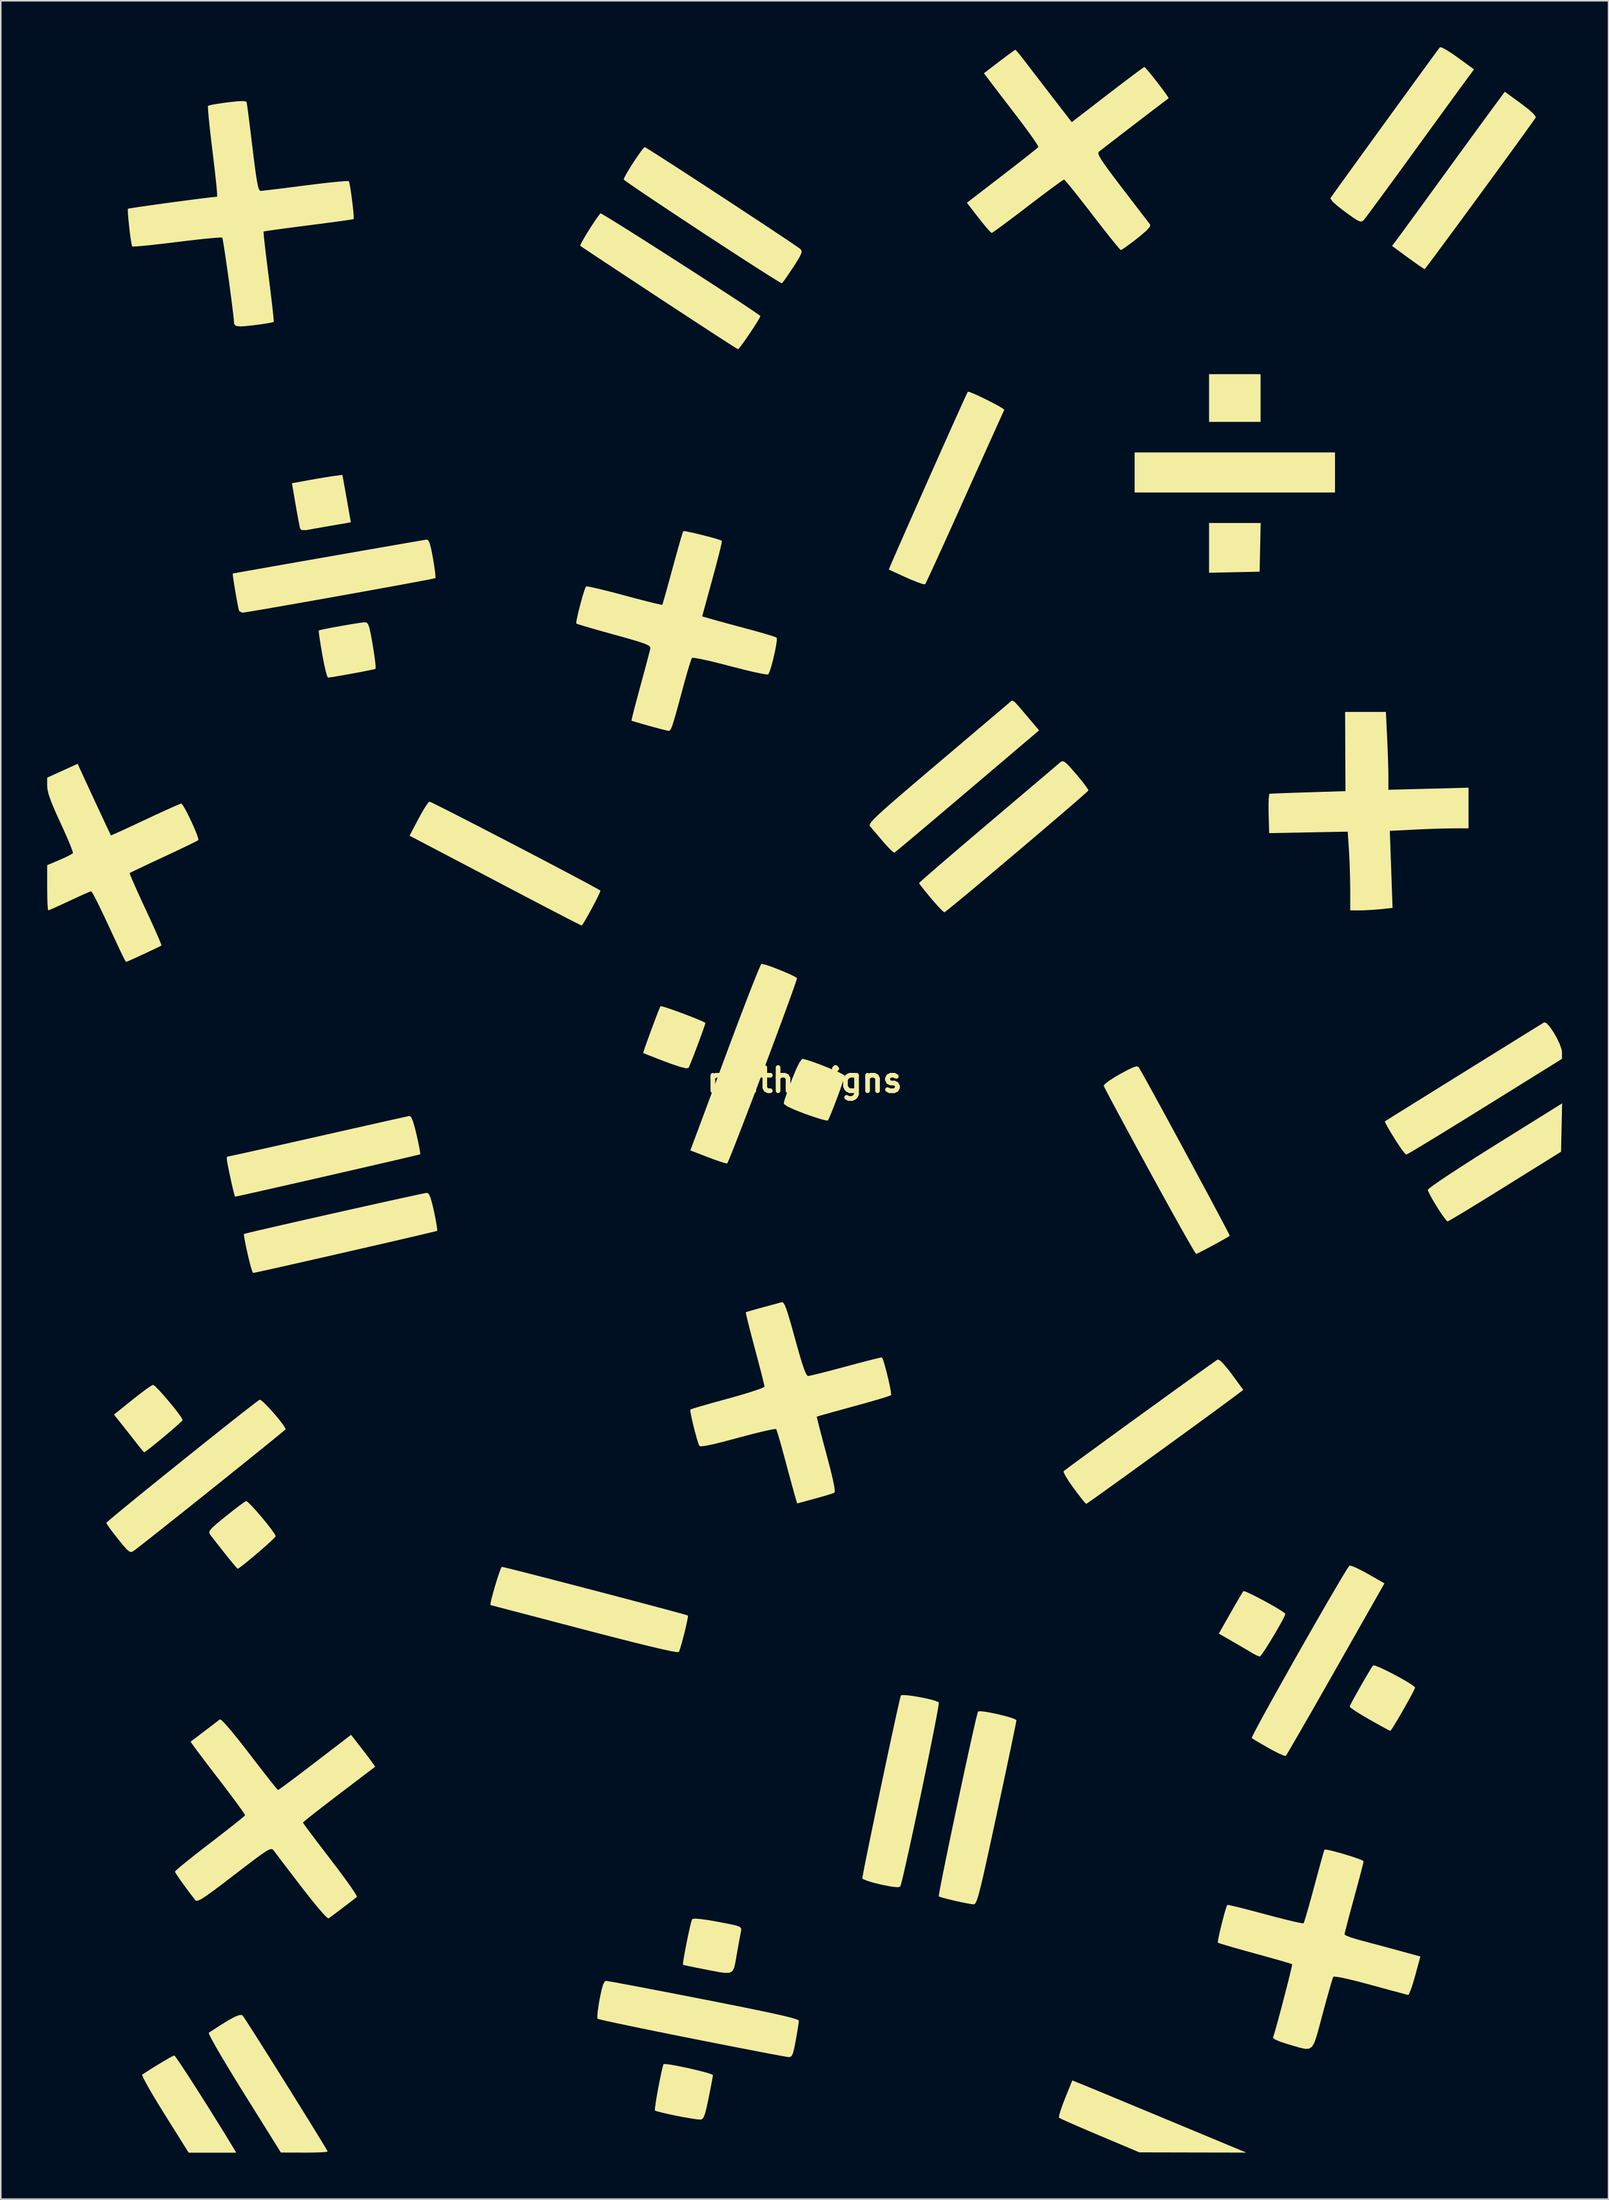
<source format=kicad_pcb>
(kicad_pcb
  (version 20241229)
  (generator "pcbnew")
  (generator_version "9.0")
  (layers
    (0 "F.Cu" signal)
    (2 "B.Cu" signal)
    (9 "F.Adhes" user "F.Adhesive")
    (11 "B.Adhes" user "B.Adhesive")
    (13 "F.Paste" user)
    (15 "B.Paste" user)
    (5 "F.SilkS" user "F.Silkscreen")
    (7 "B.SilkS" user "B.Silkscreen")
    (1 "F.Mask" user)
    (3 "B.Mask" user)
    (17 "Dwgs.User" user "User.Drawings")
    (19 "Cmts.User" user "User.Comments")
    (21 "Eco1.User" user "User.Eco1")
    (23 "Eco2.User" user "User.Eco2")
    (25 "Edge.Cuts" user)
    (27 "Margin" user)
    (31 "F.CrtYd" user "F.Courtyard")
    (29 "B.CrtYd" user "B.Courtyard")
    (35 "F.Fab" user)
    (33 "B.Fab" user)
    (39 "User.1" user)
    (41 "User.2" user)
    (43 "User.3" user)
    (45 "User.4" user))
  (footprint "math_signs"
    (layer "F.Cu")
    (at 48.95 66.748)
    (property "Reference" "math_signs" (at 0 0 0) (layer "F.SilkS") (effects (font (size 1.5 1.5) (thickness 0.3))))
    (attr board_only exclude_from_pos_files exclude_from_bom)
    (fp_poly (pts (xy 29.442 -34.432) (xy 29.407 -32.86) (xy 27.774 -32.825) (xy 26.14 -32.791) (xy 26.14 -34.397) (xy 26.14 -36.004) (xy 27.808 -36.004) (xy 29.476 -36.004)) (stroke (width 0) (type solid)) (fill yes) (layer "F.SilkS"))
    (fp_poly (pts (xy 29.469 -44.08) (xy 29.469 -42.539) (xy 27.804 -42.539) (xy 26.14 -42.539) (xy 26.14 -44.08) (xy 26.14 -45.621) (xy 27.804 -45.621) (xy 29.469 -45.621)) (stroke (width 0) (type solid)) (fill yes) (layer "F.SilkS"))
    (fp_poly (pts (xy 34.278 -39.271) (xy 34.278 -37.977) (xy 27.804 -37.977) (xy 21.331 -37.977) (xy 21.331 -39.271) (xy 21.331 -40.566) (xy 27.804 -40.566) (xy 34.278 -40.566)) (stroke (width 0) (type solid)) (fill yes) (layer "F.SilkS"))
    (fp_poly (pts (xy -29.663 -37.961) (xy -29.565 -37.408) (xy -29.476 -36.906) (xy -29.41 -36.533) (xy -29.392 -36.428) (xy -29.327 -36.05) (xy -30.6 -35.83) (xy -31.17 -35.731) (xy -31.681 -35.641) (xy -32.064 -35.572) (xy -32.21 -35.545) (xy -32.505 -35.549) (xy -32.603 -35.65) (xy -32.646 -35.834) (xy -32.718 -36.205) (xy -32.81 -36.707) (xy -32.896 -37.197) (xy -33.132 -38.574) (xy -32.071 -38.768) (xy -31.502 -38.869) (xy -30.948 -38.961) (xy -30.512 -39.029) (xy -30.44 -39.039) (xy -29.87 -39.116)) (stroke (width 0) (type solid)) (fill yes) (layer "F.SilkS"))
    (fp_poly (pts (xy 17.805 64.828) (xy 18.023 64.917) (xy 18.442 65.09) (xy 19.038 65.336) (xy 19.784 65.645) (xy 20.654 66.006) (xy 21.622 66.409) (xy 22.664 66.842) (xy 23.427 67.159) (xy 28.544 69.289) (xy 25.092 69.282) (xy 21.639 69.274) (xy 19.081 68.196) (xy 18.34 67.881) (xy 17.675 67.596) (xy 17.122 67.354) (xy 16.712 67.17) (xy 16.48 67.059) (xy 16.441 67.036) (xy 16.451 66.895) (xy 16.54 66.578) (xy 16.694 66.139) (xy 16.83 65.791) (xy 17.3 64.627)) (stroke (width 0) (type solid)) (fill yes) (layer "F.SilkS"))
    (fp_poly (pts (xy -40.647 63.114) (xy -40.447 63.398) (xy -40.155 63.836) (xy -39.786 64.401) (xy -39.358 65.066) (xy -38.89 65.801) (xy -38.4 66.58) (xy -37.904 67.375) (xy -37.421 68.157) (xy -37.014 68.825) (xy -36.73 69.295) (xy -38.268 69.295) (xy -39.807 69.295) (xy -41.364 66.81) (xy -41.796 66.111) (xy -42.173 65.482) (xy -42.477 64.953) (xy -42.694 64.552) (xy -42.805 64.31) (xy -42.813 64.251) (xy -42.384 63.973) (xy -41.92 63.683) (xy -41.472 63.412) (xy -41.09 63.19) (xy -40.826 63.048) (xy -40.734 63.012)) (stroke (width 0) (type solid)) (fill yes) (layer "F.SilkS"))
    (fp_poly (pts (xy 48.923 3.056) (xy 48.889 4.618) (xy 45.27 6.871) (xy 44.419 7.4) (xy 43.633 7.884) (xy 42.938 8.309) (xy 42.358 8.661) (xy 41.917 8.923) (xy 41.64 9.082) (xy 41.553 9.124) (xy 41.449 9.026) (xy 41.252 8.765) (xy 40.997 8.387) (xy 40.872 8.189) (xy 40.609 7.752) (xy 40.404 7.382) (xy 40.288 7.137) (xy 40.273 7.085) (xy 40.371 6.984) (xy 40.661 6.767) (xy 41.121 6.448) (xy 41.732 6.04) (xy 42.476 5.556) (xy 43.331 5.008) (xy 44.278 4.411) (xy 44.608 4.205) (xy 48.958 1.494)) (stroke (width 0) (type solid)) (fill yes) (layer "F.SilkS"))
    (fp_poly (pts (xy -41.982 19.766) (xy -41.746 20.001) (xy -41.439 20.339) (xy -41.1 20.734) (xy -40.766 21.139) (xy -40.479 21.509) (xy -40.276 21.796) (xy -40.196 21.955) (xy -40.196 21.957) (xy -40.285 22.059) (xy -40.523 22.279) (xy -40.867 22.579) (xy -41.271 22.924) (xy -41.694 23.276) (xy -42.09 23.598) (xy -42.416 23.855) (xy -42.629 24.01) (xy -42.685 24.038) (xy -42.775 23.946) (xy -42.968 23.713) (xy -43.173 23.453) (xy -43.51 23.02) (xy -43.897 22.53) (xy -44.128 22.238) (xy -44.635 21.604) (xy -43.448 20.65) (xy -42.98 20.282) (xy -42.573 19.978) (xy -42.269 19.767) (xy -42.11 19.681) (xy -42.107 19.681)) (stroke (width 0) (type solid)) (fill yes) (layer "F.SilkS"))
    (fp_poly (pts (xy 28.483 33.036) (xy 28.77 33.161) (xy 29.167 33.357) (xy 29.625 33.597) (xy 30.092 33.853) (xy 30.518 34.098) (xy 30.852 34.304) (xy 31.045 34.444) (xy 31.072 34.481) (xy 31.012 34.64) (xy 30.853 34.951) (xy 30.623 35.362) (xy 30.353 35.825) (xy 30.071 36.291) (xy 29.808 36.711) (xy 29.592 37.035) (xy 29.452 37.214) (xy 29.423 37.235) (xy 29.231 37.173) (xy 28.948 37.024) (xy 28.914 37.004) (xy 28.629 36.832) (xy 28.211 36.586) (xy 27.743 36.314) (xy 27.658 36.265) (xy 26.772 35.755) (xy 27.523 34.431) (xy 27.818 33.914) (xy 28.073 33.476) (xy 28.261 33.16) (xy 28.357 33.011) (xy 28.358 33.009)) (stroke (width 0) (type solid)) (fill yes) (layer "F.SilkS"))
    (fp_poly (pts (xy 0.194 -1.299) (xy 0.618 -1.156) (xy 1.102 -0.976) (xy 1.594 -0.78) (xy 2.039 -0.591) (xy 2.383 -0.43) (xy 2.57 -0.32) (xy 2.589 -0.294) (xy 2.547 -0.123) (xy 2.436 0.217) (xy 2.277 0.667) (xy 2.091 1.172) (xy 1.899 1.675) (xy 1.723 2.119) (xy 1.584 2.447) (xy 1.504 2.601) (xy 1.501 2.604) (xy 1.36 2.593) (xy 1.036 2.509) (xy 0.578 2.364) (xy 0.034 2.173) (xy 0.031 2.172) (xy -0.649 1.909) (xy -1.096 1.701) (xy -1.319 1.544) (xy -1.348 1.48) (xy -1.302 1.296) (xy -1.183 0.937) (xy -1.009 0.455) (xy -0.813 -0.062) (xy -0.542 -0.723) (xy -0.331 -1.153) (xy -0.176 -1.361) (xy -0.113 -1.383)) (stroke (width 0) (type solid)) (fill yes) (layer "F.SilkS"))
    (fp_poly (pts (xy -8.634 63.612) (xy -8.184 63.694) (xy -7.664 63.801) (xy -7.13 63.922) (xy -6.635 64.044) (xy -6.234 64.154) (xy -5.983 64.242) (xy -5.924 64.284) (xy -5.95 64.456) (xy -6.016 64.814) (xy -6.111 65.303) (xy -6.207 65.781) (xy -6.335 66.382) (xy -6.438 66.78) (xy -6.53 67.015) (xy -6.628 67.127) (xy -6.725 67.157) (xy -6.941 67.141) (xy -7.337 67.083) (xy -7.851 66.994) (xy -8.284 66.91) (xy -8.825 66.796) (xy -9.272 66.692) (xy -9.572 66.611) (xy -9.672 66.572) (xy -9.672 66.436) (xy -9.63 66.117) (xy -9.558 65.672) (xy -9.467 65.161) (xy -9.366 64.639) (xy -9.268 64.166) (xy -9.183 63.798) (xy -9.122 63.595) (xy -9.109 63.574) (xy -8.961 63.568)) (stroke (width 0) (type solid)) (fill yes) (layer "F.SilkS"))
    (fp_poly (pts (xy -36.321 60.433) (xy -36.222 60.573) (xy -36.012 60.893) (xy -35.709 61.364) (xy -35.329 61.961) (xy -34.889 62.657) (xy -34.406 63.425) (xy -33.895 64.238) (xy -33.374 65.07) (xy -32.86 65.894) (xy -32.369 66.684) (xy -31.917 67.412) (xy -31.522 68.053) (xy -31.2 68.579) (xy -30.968 68.964) (xy -30.843 69.182) (xy -30.825 69.22) (xy -30.941 69.248) (xy -31.256 69.271) (xy -31.723 69.286) (xy -32.295 69.291) (xy -32.336 69.29) (xy -33.846 69.286) (xy -36.238 65.456) (xy -36.789 64.566) (xy -37.286 63.749) (xy -37.717 63.027) (xy -38.067 62.423) (xy -38.325 61.959) (xy -38.476 61.659) (xy -38.508 61.546) (xy -37.775 61.068) (xy -37.217 60.726) (xy -36.812 60.509) (xy -36.537 60.404) (xy -36.371 60.4)) (stroke (width 0) (type solid)) (fill yes) (layer "F.SilkS"))
    (fp_poly (pts (xy -35.978 27.262) (xy -35.748 27.486) (xy -35.446 27.816) (xy -35.108 28.207) (xy -34.774 28.613) (xy -34.482 28.989) (xy -34.27 29.29) (xy -34.179 29.456) (xy -34.258 29.559) (xy -34.485 29.78) (xy -34.818 30.083) (xy -35.215 30.43) (xy -35.633 30.785) (xy -36.027 31.112) (xy -36.357 31.374) (xy -36.578 31.533) (xy -36.644 31.565) (xy -36.731 31.474) (xy -36.938 31.23) (xy -37.229 30.873) (xy -37.483 30.556) (xy -37.834 30.112) (xy -38.14 29.723) (xy -38.359 29.44) (xy -38.438 29.335) (xy -38.481 29.229) (xy -38.442 29.102) (xy -38.293 28.924) (xy -38.008 28.665) (xy -37.56 28.295) (xy -37.42 28.183) (xy -36.955 27.814) (xy -36.55 27.504) (xy -36.25 27.285) (xy -36.097 27.189) (xy -36.096 27.189)) (stroke (width 0) (type solid)) (fill yes) (layer "F.SilkS"))
    (fp_poly (pts (xy -9.184 -4.766) (xy -8.881 -4.673) (xy -8.459 -4.528) (xy -7.971 -4.351) (xy -7.472 -4.162) (xy -7.015 -3.981) (xy -6.654 -3.828) (xy -6.444 -3.724) (xy -6.412 -3.696) (xy -6.453 -3.549) (xy -6.564 -3.228) (xy -6.722 -2.79) (xy -6.907 -2.291) (xy -7.099 -1.786) (xy -7.275 -1.332) (xy -7.415 -0.985) (xy -7.497 -0.8) (xy -7.501 -0.793) (xy -7.657 -0.773) (xy -8.03 -0.861) (xy -8.617 -1.057) (xy -8.995 -1.197) (xy -9.538 -1.405) (xy -9.988 -1.58) (xy -10.3 -1.704) (xy -10.43 -1.76) (xy -10.431 -1.761) (xy -10.4 -1.878) (xy -10.3 -2.172) (xy -10.15 -2.592) (xy -9.971 -3.084) (xy -9.782 -3.595) (xy -9.601 -4.073) (xy -9.45 -4.465) (xy -9.346 -4.718) (xy -9.313 -4.785)) (stroke (width 0) (type solid)) (fill yes) (layer "F.SilkS"))
    (fp_poly (pts (xy -6.716 54.199) (xy -6.154 54.279) (xy -5.601 54.377) (xy -4.965 54.499) (xy -4.533 54.591) (xy -4.269 54.668) (xy -4.135 54.746) (xy -4.093 54.839) (xy -4.106 54.963) (xy -4.111 54.986) (xy -4.159 55.242) (xy -4.238 55.669) (xy -4.333 56.197) (xy -4.388 56.503) (xy -4.472 56.993) (xy -4.55 57.339) (xy -4.66 57.557) (xy -4.841 57.665) (xy -5.132 57.68) (xy -5.572 57.619) (xy -6.2 57.497) (xy -6.535 57.432) (xy -7.066 57.327) (xy -7.497 57.239) (xy -7.777 57.179) (xy -7.857 57.158) (xy -7.855 57.028) (xy -7.81 56.716) (xy -7.732 56.278) (xy -7.635 55.772) (xy -7.528 55.256) (xy -7.425 54.786) (xy -7.336 54.422) (xy -7.273 54.219) (xy -7.261 54.199) (xy -7.094 54.171)) (stroke (width 0) (type solid)) (fill yes) (layer "F.SilkS"))
    (fp_poly (pts (xy 36.879 37.826) (xy 37.176 37.944) (xy 37.581 38.134) (xy 38.044 38.369) (xy 38.512 38.621) (xy 38.935 38.864) (xy 39.26 39.07) (xy 39.437 39.211) (xy 39.454 39.243) (xy 39.398 39.384) (xy 39.246 39.681) (xy 39.025 40.086) (xy 38.765 40.549) (xy 38.494 41.022) (xy 38.238 41.454) (xy 38.028 41.798) (xy 37.89 42.003) (xy 37.853 42.04) (xy 37.728 41.981) (xy 37.433 41.824) (xy 37.012 41.591) (xy 36.508 41.308) (xy 36.497 41.302) (xy 35.999 41.011) (xy 35.594 40.757) (xy 35.322 40.568) (xy 35.225 40.47) (xy 35.225 40.468) (xy 35.296 40.315) (xy 35.461 40.002) (xy 35.692 39.585) (xy 35.957 39.117) (xy 36.225 38.651) (xy 36.466 38.242) (xy 36.649 37.942) (xy 36.742 37.807)) (stroke (width 0) (type solid)) (fill yes) (layer "F.SilkS"))
    (fp_poly (pts (xy -28.305 -29.569) (xy -28.217 -29.476) (xy -28.139 -29.273) (xy -28.057 -28.92) (xy -27.956 -28.377) (xy -27.91 -28.108) (xy -27.819 -27.535) (xy -27.754 -27.057) (xy -27.723 -26.723) (xy -27.729 -26.58) (xy -27.731 -26.579) (xy -27.871 -26.542) (xy -28.197 -26.475) (xy -28.649 -26.387) (xy -29.171 -26.289) (xy -29.703 -26.193) (xy -30.187 -26.109) (xy -30.566 -26.047) (xy -30.782 -26.017) (xy -30.801 -26.017) (xy -30.863 -26.131) (xy -30.952 -26.442) (xy -31.057 -26.904) (xy -31.165 -27.47) (xy -31.174 -27.519) (xy -31.272 -28.095) (xy -31.346 -28.575) (xy -31.391 -28.912) (xy -31.4 -29.058) (xy -31.398 -29.06) (xy -31.264 -29.1) (xy -30.944 -29.168) (xy -30.498 -29.255) (xy -29.984 -29.348) (xy -29.459 -29.439) (xy -28.984 -29.517) (xy -28.615 -29.571) (xy -28.415 -29.59)) (stroke (width 0) (type solid)) (fill yes) (layer "F.SilkS"))
    (fp_poly (pts (xy 35.383 31.392) (xy 35.702 31.528) (xy 36.127 31.743) (xy 36.42 31.905) (xy 37.476 32.509) (xy 34.332 38.046) (xy 33.723 39.116) (xy 33.15 40.121) (xy 32.624 41.04) (xy 32.156 41.854) (xy 31.76 42.541) (xy 31.446 43.081) (xy 31.226 43.454) (xy 31.111 43.64) (xy 31.099 43.657) (xy 30.96 43.632) (xy 30.661 43.504) (xy 30.252 43.297) (xy 29.989 43.151) (xy 29.54 42.894) (xy 29.176 42.679) (xy 28.948 42.538) (xy 28.899 42.503) (xy 28.943 42.385) (xy 29.097 42.078) (xy 29.347 41.606) (xy 29.679 40.995) (xy 30.08 40.267) (xy 30.535 39.449) (xy 31.032 38.563) (xy 31.555 37.635) (xy 32.091 36.689) (xy 32.626 35.749) (xy 33.147 34.839) (xy 33.639 33.985) (xy 34.09 33.21) (xy 34.484 32.538) (xy 34.808 31.995) (xy 35.048 31.605) (xy 35.191 31.392) (xy 35.221 31.359)) (stroke (width 0) (type solid)) (fill yes) (layer "F.SilkS"))
    (fp_poly (pts (xy 46.296 -63.111) (xy 46.802 -62.723) (xy 47.126 -62.429) (xy 47.254 -62.243) (xy 47.25 -62.204) (xy 47.141 -62.043) (xy 46.907 -61.714) (xy 46.567 -61.239) (xy 46.136 -60.644) (xy 45.632 -59.95) (xy 45.072 -59.181) (xy 44.472 -58.36) (xy 43.851 -57.511) (xy 43.225 -56.656) (xy 42.61 -55.819) (xy 42.025 -55.023) (xy 41.485 -54.292) (xy 41.009 -53.648) (xy 40.613 -53.115) (xy 40.313 -52.715) (xy 40.128 -52.473) (xy 40.073 -52.408) (xy 39.954 -52.476) (xy 39.682 -52.661) (xy 39.301 -52.931) (xy 38.989 -53.157) (xy 37.966 -53.907) (xy 38.259 -54.295) (xy 38.4 -54.486) (xy 38.667 -54.85) (xy 39.04 -55.36) (xy 39.501 -55.992) (xy 40.03 -56.718) (xy 40.608 -57.513) (xy 41.061 -58.136) (xy 41.695 -59.008) (xy 42.323 -59.87) (xy 42.918 -60.687) (xy 43.457 -61.425) (xy 43.915 -62.052) (xy 44.267 -62.532) (xy 44.412 -62.73) (xy 45.254 -63.871)) (stroke (width 0) (type solid)) (fill yes) (layer "F.SilkS"))
    (fp_poly (pts (xy 47.941 -3.694) (xy 48.146 -3.476) (xy 48.379 -3.141) (xy 48.609 -2.745) (xy 48.801 -2.342) (xy 48.924 -1.988) (xy 48.95 -1.804) (xy 48.95 -1.382) (xy 43.968 1.713) (xy 42.965 2.335) (xy 42.025 2.915) (xy 41.17 3.441) (xy 40.419 3.899) (xy 39.794 4.278) (xy 39.315 4.564) (xy 39.004 4.745) (xy 38.882 4.809) (xy 38.882 4.809) (xy 38.777 4.71) (xy 38.576 4.446) (xy 38.313 4.06) (xy 38.117 3.754) (xy 37.844 3.309) (xy 37.636 2.949) (xy 37.517 2.718) (xy 37.5 2.659) (xy 37.608 2.591) (xy 37.901 2.407) (xy 38.354 2.124) (xy 38.944 1.757) (xy 39.644 1.321) (xy 40.432 0.831) (xy 41.281 0.302) (xy 42.169 -0.249) (xy 43.07 -0.809) (xy 43.959 -1.361) (xy 44.813 -1.891) (xy 45.606 -2.383) (xy 46.315 -2.822) (xy 46.913 -3.193) (xy 47.378 -3.48) (xy 47.684 -3.669) (xy 47.799 -3.739)) (stroke (width 0) (type solid)) (fill yes) (layer "F.SilkS"))
    (fp_poly (pts (xy -24.116 -17.947) (xy -23.794 -17.791) (xy -23.306 -17.547) (xy -22.677 -17.228) (xy -21.933 -16.848) (xy -21.099 -16.419) (xy -20.201 -15.954) (xy -19.262 -15.468) (xy -18.31 -14.972) (xy -17.368 -14.48) (xy -16.462 -14.005) (xy -15.618 -13.561) (xy -14.86 -13.16) (xy -14.215 -12.816) (xy -13.706 -12.541) (xy -13.36 -12.35) (xy -13.201 -12.254) (xy -13.193 -12.246) (xy -13.247 -12.097) (xy -13.39 -11.799) (xy -13.591 -11.408) (xy -13.819 -10.979) (xy -14.046 -10.57) (xy -14.24 -10.236) (xy -14.371 -10.032) (xy -14.408 -9.996) (xy -14.532 -10.053) (xy -14.849 -10.212) (xy -15.333 -10.46) (xy -15.958 -10.783) (xy -16.699 -11.168) (xy -17.53 -11.602) (xy -18.249 -11.979) (xy -19.233 -12.495) (xy -20.233 -13.021) (xy -21.208 -13.533) (xy -22.113 -14.008) (xy -22.906 -14.424) (xy -23.543 -14.758) (xy -23.77 -14.877) (xy -25.531 -15.8) (xy -24.95 -16.901) (xy -24.695 -17.363) (xy -24.471 -17.73) (xy -24.308 -17.954) (xy -24.248 -18.002)) (stroke (width 0) (type solid)) (fill yes) (layer "F.SilkS"))
    (fp_poly (pts (xy 13.478 -24.512) (xy 13.602 -24.414) (xy 13.794 -24.209) (xy 14.085 -23.872) (xy 14.5 -23.379) (xy 14.636 -23.219) (xy 15.154 -22.606) (xy 10.517 -18.67) (xy 9.6 -17.893) (xy 8.74 -17.165) (xy 7.956 -16.502) (xy 7.265 -15.92) (xy 6.685 -15.433) (xy 6.236 -15.058) (xy 5.936 -14.81) (xy 5.802 -14.703) (xy 5.797 -14.7) (xy 5.685 -14.772) (xy 5.459 -14.992) (xy 5.16 -15.318) (xy 5.054 -15.44) (xy 4.724 -15.828) (xy 4.439 -16.163) (xy 4.25 -16.386) (xy 4.225 -16.416) (xy 4.202 -16.476) (xy 4.226 -16.563) (xy 4.313 -16.692) (xy 4.478 -16.875) (xy 4.735 -17.127) (xy 5.099 -17.461) (xy 5.585 -17.891) (xy 6.207 -18.43) (xy 6.981 -19.092) (xy 7.921 -19.892) (xy 8.532 -20.41) (xy 9.44 -21.179) (xy 10.295 -21.904) (xy 11.078 -22.568) (xy 11.771 -23.155) (xy 12.353 -23.649) (xy 12.804 -24.032) (xy 13.106 -24.289) (xy 13.237 -24.401) (xy 13.324 -24.481) (xy 13.395 -24.527)) (stroke (width 0) (type solid)) (fill yes) (layer "F.SilkS"))
    (fp_poly (pts (xy 26.851 18.11) (xy 27.101 18.358) (xy 27.431 18.758) (xy 27.609 18.994) (xy 28.351 20.008) (xy 27.831 20.399) (xy 27.46 20.676) (xy 26.949 21.053) (xy 26.322 21.513) (xy 25.602 22.039) (xy 24.813 22.614) (xy 23.977 23.222) (xy 23.119 23.844) (xy 22.261 24.466) (xy 21.428 25.069) (xy 20.641 25.637) (xy 19.925 26.152) (xy 19.303 26.599) (xy 18.798 26.959) (xy 18.434 27.216) (xy 18.234 27.354) (xy 18.202 27.373) (xy 18.104 27.28) (xy 17.897 27.029) (xy 17.613 26.661) (xy 17.389 26.361) (xy 17.088 25.932) (xy 16.864 25.576) (xy 16.745 25.337) (xy 16.739 25.265) (xy 16.877 25.157) (xy 17.189 24.924) (xy 17.651 24.584) (xy 18.239 24.152) (xy 18.931 23.648) (xy 19.701 23.086) (xy 20.528 22.485) (xy 21.387 21.861) (xy 22.256 21.232) (xy 23.11 20.615) (xy 23.925 20.025) (xy 24.68 19.482) (xy 25.349 19.001) (xy 25.91 18.599) (xy 26.34 18.294) (xy 26.613 18.103) (xy 26.707 18.042)) (stroke (width 0) (type solid)) (fill yes) (layer "F.SilkS"))
    (fp_poly (pts (xy -2.581 -7.478) (xy -2.233 -7.365) (xy -1.806 -7.206) (xy -1.358 -7.026) (xy -0.951 -6.848) (xy -0.645 -6.699) (xy -0.499 -6.601) (xy -0.494 -6.589) (xy -0.536 -6.436) (xy -0.655 -6.082) (xy -0.842 -5.554) (xy -1.087 -4.878) (xy -1.379 -4.081) (xy -1.709 -3.189) (xy -2.067 -2.228) (xy -2.443 -1.225) (xy -2.827 -0.205) (xy -3.209 0.804) (xy -3.579 1.776) (xy -3.927 2.685) (xy -4.243 3.504) (xy -4.518 4.208) (xy -4.741 4.769) (xy -4.902 5.162) (xy -4.992 5.361) (xy -5.006 5.379) (xy -5.162 5.35) (xy -5.492 5.246) (xy -5.94 5.088) (xy -6.252 4.971) (xy -7.386 4.534) (xy -7.17 3.962) (xy -7.084 3.732) (xy -6.921 3.295) (xy -6.691 2.68) (xy -6.404 1.91) (xy -6.07 1.012) (xy -5.698 0.012) (xy -5.298 -1.064) (xy -4.926 -2.065) (xy -4.515 -3.164) (xy -4.127 -4.189) (xy -3.772 -5.117) (xy -3.458 -5.927) (xy -3.193 -6.594) (xy -2.988 -7.097) (xy -2.849 -7.414) (xy -2.788 -7.521)) (stroke (width 0) (type solid)) (fill yes) (layer "F.SilkS"))
    (fp_poly (pts (xy 37.649 -22.113) (xy 37.68 -21.404) (xy 37.706 -20.698) (xy 37.723 -20.077) (xy 37.73 -19.618) (xy 37.73 -19.599) (xy 37.73 -18.768) (xy 40.319 -18.835) (xy 42.909 -18.902) (xy 42.909 -17.589) (xy 42.909 -16.276) (xy 41.953 -16.275) (xy 41.439 -16.268) (xy 40.77 -16.25) (xy 40.038 -16.223) (xy 39.41 -16.194) (xy 37.822 -16.113) (xy 37.911 -13.624) (xy 37.999 -11.135) (xy 37.23 -11.054) (xy 36.695 -11.009) (xy 36.149 -10.98) (xy 35.862 -10.974) (xy 35.264 -10.974) (xy 35.263 -12.299) (xy 35.254 -13.028) (xy 35.231 -13.837) (xy 35.197 -14.59) (xy 35.182 -14.844) (xy 35.101 -16.062) (xy 32.563 -16.015) (xy 30.024 -15.967) (xy 29.989 -17.231) (xy 29.983 -17.758) (xy 29.995 -18.18) (xy 30.023 -18.446) (xy 30.05 -18.512) (xy 30.198 -18.52) (xy 30.553 -18.535) (xy 31.076 -18.555) (xy 31.727 -18.577) (xy 32.467 -18.601) (xy 32.551 -18.604) (xy 34.956 -18.68) (xy 34.944 -21.239) (xy 34.933 -23.797) (xy 36.251 -23.797) (xy 37.569 -23.797)) (stroke (width 0) (type solid)) (fill yes) (layer "F.SilkS"))
    (fp_poly (pts (xy 41.193 -66.723) (xy 41.476 -66.573) (xy 41.864 -66.326) (xy 42.209 -66.083) (xy 43.263 -65.315) (xy 42.617 -64.438) (xy 42.397 -64.139) (xy 42.053 -63.667) (xy 41.606 -63.053) (xy 41.076 -62.325) (xy 40.484 -61.51) (xy 39.85 -60.637) (xy 39.195 -59.735) (xy 39.154 -59.678) (xy 38.522 -58.808) (xy 37.929 -57.996) (xy 37.393 -57.264) (xy 36.93 -56.635) (xy 36.558 -56.132) (xy 36.292 -55.778) (xy 36.151 -55.596) (xy 36.139 -55.583) (xy 36.037 -55.497) (xy 35.916 -55.483) (xy 35.733 -55.558) (xy 35.446 -55.741) (xy 35.012 -56.051) (xy 34.924 -56.116) (xy 34.434 -56.494) (xy 34.116 -56.783) (xy 33.988 -56.967) (xy 33.992 -57.005) (xy 34.083 -57.136) (xy 34.3 -57.441) (xy 34.628 -57.896) (xy 35.048 -58.479) (xy 35.544 -59.165) (xy 36.097 -59.929) (xy 36.692 -60.75) (xy 37.309 -61.601) (xy 37.933 -62.46) (xy 38.545 -63.303) (xy 39.129 -64.106) (xy 39.666 -64.845) (xy 40.141 -65.496) (xy 40.535 -66.036) (xy 40.831 -66.44) (xy 41.013 -66.684) (xy 41.062 -66.748)) (stroke (width 0) (type solid)) (fill yes) (layer "F.SilkS"))
    (fp_poly (pts (xy -13.086 -55.962) (xy -12.793 -55.79) (xy -12.342 -55.514) (xy -11.757 -55.15) (xy -11.061 -54.712) (xy -10.279 -54.217) (xy -9.434 -53.679) (xy -8.552 -53.115) (xy -7.655 -52.539) (xy -6.767 -51.967) (xy -5.914 -51.415) (xy -5.119 -50.897) (xy -4.405 -50.43) (xy -3.797 -50.028) (xy -3.319 -49.708) (xy -2.996 -49.484) (xy -2.858 -49.38) (xy -2.902 -49.268) (xy -3.055 -49.008) (xy -3.282 -48.652) (xy -3.548 -48.251) (xy -3.818 -47.856) (xy -4.058 -47.521) (xy -4.233 -47.297) (xy -4.303 -47.232) (xy -4.418 -47.299) (xy -4.718 -47.489) (xy -5.184 -47.788) (xy -5.796 -48.184) (xy -6.533 -48.664) (xy -7.376 -49.214) (xy -8.304 -49.821) (xy -9.296 -50.473) (xy -9.407 -50.545) (xy -10.406 -51.203) (xy -11.342 -51.819) (xy -12.194 -52.382) (xy -12.943 -52.877) (xy -13.568 -53.291) (xy -14.05 -53.611) (xy -14.367 -53.824) (xy -14.501 -53.917) (xy -14.504 -53.919) (xy -14.464 -54.036) (xy -14.319 -54.303) (xy -14.103 -54.667) (xy -13.848 -55.075) (xy -13.589 -55.471) (xy -13.359 -55.804) (xy -13.196 -56.015)) (stroke (width 0) (type solid)) (fill yes) (layer "F.SilkS"))
    (fp_poly (pts (xy 6.655 39.741) (xy 7.073 39.797) (xy 7.543 39.879) (xy 8.001 39.976) (xy 8.385 40.077) (xy 8.631 40.169) (xy 8.673 40.197) (xy 8.665 40.329) (xy 8.61 40.673) (xy 8.513 41.201) (xy 8.382 41.885) (xy 8.221 42.697) (xy 8.038 43.609) (xy 7.837 44.591) (xy 7.624 45.617) (xy 7.406 46.657) (xy 7.189 47.683) (xy 6.978 48.667) (xy 6.779 49.581) (xy 6.598 50.396) (xy 6.442 51.084) (xy 6.316 51.618) (xy 6.226 51.967) (xy 6.181 52.1) (xy 6.02 52.144) (xy 5.634 52.107) (xy 5.019 51.988) (xy 4.94 51.971) (xy 4.437 51.847) (xy 4.033 51.723) (xy 3.784 51.62) (xy 3.731 51.575) (xy 3.75 51.439) (xy 3.814 51.091) (xy 3.919 50.559) (xy 4.057 49.871) (xy 4.224 49.056) (xy 4.413 48.142) (xy 4.617 47.159) (xy 4.832 46.133) (xy 5.051 45.095) (xy 5.268 44.072) (xy 5.477 43.093) (xy 5.672 42.187) (xy 5.847 41.381) (xy 5.996 40.704) (xy 6.114 40.186) (xy 6.193 39.854) (xy 6.221 39.752) (xy 6.35 39.722)) (stroke (width 0) (type solid)) (fill yes) (layer "F.SilkS"))
    (fp_poly (pts (xy -24.29 7.347) (xy -24.18 7.582) (xy -24.058 8.01) (xy -23.951 8.476) (xy -23.847 8.988) (xy -23.774 9.402) (xy -23.741 9.665) (xy -23.745 9.73) (xy -23.869 9.764) (xy -24.205 9.846) (xy -24.726 9.97) (xy -25.403 10.128) (xy -26.208 10.316) (xy -27.113 10.525) (xy -28.09 10.75) (xy -29.112 10.984) (xy -30.149 11.221) (xy -31.173 11.455) (xy -32.158 11.679) (xy -33.074 11.886) (xy -33.893 12.071) (xy -34.588 12.226) (xy -35.13 12.345) (xy -35.492 12.423) (xy -35.644 12.452) (xy -35.645 12.452) (xy -35.701 12.34) (xy -35.794 12.038) (xy -35.909 11.595) (xy -35.999 11.215) (xy -36.112 10.697) (xy -36.193 10.277) (xy -36.235 10.007) (xy -36.234 9.935) (xy -36.106 9.898) (xy -35.765 9.815) (xy -35.24 9.691) (xy -34.559 9.533) (xy -33.75 9.347) (xy -32.842 9.14) (xy -31.863 8.918) (xy -30.842 8.687) (xy -29.806 8.455) (xy -28.784 8.226) (xy -27.804 8.008) (xy -26.895 7.806) (xy -26.084 7.628) (xy -25.401 7.48) (xy -24.873 7.367) (xy -24.529 7.297) (xy -24.399 7.275)) (stroke (width 0) (type solid)) (fill yes) (layer "F.SilkS"))
    (fp_poly (pts (xy -19.422 31.472) (xy -19.067 31.558) (xy -18.531 31.692) (xy -17.842 31.867) (xy -17.028 32.076) (xy -16.115 32.312) (xy -15.133 32.567) (xy -14.108 32.834) (xy -13.068 33.106) (xy -12.042 33.375) (xy -11.055 33.635) (xy -10.138 33.878) (xy -9.316 34.097) (xy -8.618 34.284) (xy -8.072 34.433) (xy -7.705 34.536) (xy -7.544 34.586) (xy -7.54 34.588) (xy -7.547 34.72) (xy -7.606 35.025) (xy -7.701 35.441) (xy -7.815 35.902) (xy -7.934 36.347) (xy -8.041 36.711) (xy -8.12 36.931) (xy -8.126 36.943) (xy -8.255 36.95) (xy -8.601 36.893) (xy -9.169 36.773) (xy -9.962 36.587) (xy -10.981 36.336) (xy -12.231 36.019) (xy -13.713 35.636) (xy -14.241 35.498) (xy -15.417 35.19) (xy -16.518 34.901) (xy -17.522 34.638) (xy -18.405 34.407) (xy -19.147 34.213) (xy -19.723 34.062) (xy -20.111 33.96) (xy -20.29 33.914) (xy -20.299 33.911) (xy -20.298 33.797) (xy -20.235 33.508) (xy -20.129 33.105) (xy -19.997 32.646) (xy -19.857 32.191) (xy -19.726 31.799) (xy -19.623 31.53) (xy -19.568 31.442)) (stroke (width 0) (type solid)) (fill yes) (layer "F.SilkS"))
    (fp_poly (pts (xy -35.086 20.707) (xy -34.853 20.921) (xy -34.554 21.234) (xy -34.233 21.596) (xy -33.931 21.959) (xy -33.692 22.275) (xy -33.558 22.494) (xy -33.543 22.549) (xy -33.636 22.635) (xy -33.901 22.856) (xy -34.315 23.195) (xy -34.856 23.634) (xy -35.502 24.156) (xy -36.23 24.743) (xy -37.019 25.377) (xy -37.847 26.041) (xy -38.692 26.717) (xy -39.531 27.387) (xy -40.342 28.034) (xy -41.104 28.639) (xy -41.795 29.186) (xy -42.391 29.657) (xy -42.872 30.034) (xy -43.214 30.299) (xy -43.39 30.43) (xy -43.509 30.485) (xy -43.638 30.455) (xy -43.811 30.311) (xy -44.065 30.023) (xy -44.373 29.643) (xy -44.695 29.231) (xy -44.948 28.889) (xy -45.1 28.663) (xy -45.128 28.603) (xy -45.035 28.511) (xy -44.771 28.283) (xy -44.357 27.938) (xy -43.817 27.493) (xy -43.171 26.965) (xy -42.442 26.373) (xy -41.652 25.734) (xy -40.822 25.066) (xy -39.976 24.386) (xy -39.135 23.712) (xy -38.32 23.062) (xy -37.555 22.453) (xy -36.861 21.904) (xy -36.26 21.432) (xy -35.774 21.054) (xy -35.425 20.788) (xy -35.235 20.653) (xy -35.212 20.64)) (stroke (width 0) (type solid)) (fill yes) (layer "F.SilkS"))
    (fp_poly (pts (xy -10.214 -60.227) (xy -9.914 -60.041) (xy -9.458 -59.752) (xy -8.87 -59.374) (xy -8.173 -58.924) (xy -7.393 -58.418) (xy -6.553 -57.871) (xy -5.678 -57.299) (xy -4.793 -56.719) (xy -3.922 -56.147) (xy -3.088 -55.598) (xy -2.317 -55.088) (xy -1.633 -54.633) (xy -1.06 -54.25) (xy -0.623 -53.954) (xy -0.346 -53.761) (xy -0.258 -53.693) (xy -0.194 -53.588) (xy -0.211 -53.432) (xy -0.328 -53.184) (xy -0.562 -52.801) (xy -0.738 -52.529) (xy -1.026 -52.097) (xy -1.266 -51.751) (xy -1.425 -51.537) (xy -1.467 -51.491) (xy -1.582 -51.549) (xy -1.882 -51.73) (xy -2.348 -52.021) (xy -2.96 -52.409) (xy -3.697 -52.882) (xy -4.54 -53.428) (xy -5.468 -54.032) (xy -6.462 -54.682) (xy -6.597 -54.771) (xy -7.598 -55.43) (xy -8.535 -56.05) (xy -9.387 -56.617) (xy -10.136 -57.118) (xy -10.76 -57.539) (xy -11.24 -57.868) (xy -11.555 -58.09) (xy -11.687 -58.193) (xy -11.69 -58.196) (xy -11.642 -58.337) (xy -11.488 -58.622) (xy -11.262 -58.996) (xy -11 -59.404) (xy -10.74 -59.789) (xy -10.517 -60.097) (xy -10.366 -60.271) (xy -10.332 -60.291)) (stroke (width 0) (type solid)) (fill yes) (layer "F.SilkS"))
    (fp_poly (pts (xy 16.772 -20.586) (xy 16.951 -20.445) (xy 17.219 -20.162) (xy 17.558 -19.772) (xy 17.897 -19.365) (xy 18.16 -19.025) (xy 18.316 -18.797) (xy 18.343 -18.727) (xy 18.244 -18.627) (xy 17.977 -18.388) (xy 17.567 -18.029) (xy 17.034 -17.568) (xy 16.401 -17.025) (xy 15.69 -16.417) (xy 14.923 -15.764) (xy 14.122 -15.085) (xy 13.309 -14.397) (xy 12.507 -13.72) (xy 11.736 -13.073) (xy 11.021 -12.473) (xy 10.381 -11.94) (xy 9.841 -11.493) (xy 9.421 -11.15) (xy 9.144 -10.929) (xy 9.032 -10.85) (xy 9.032 -10.85) (xy 8.915 -10.939) (xy 8.68 -11.177) (xy 8.369 -11.524) (xy 8.165 -11.762) (xy 7.837 -12.159) (xy 7.578 -12.483) (xy 7.425 -12.69) (xy 7.398 -12.74) (xy 7.489 -12.83) (xy 7.751 -13.064) (xy 8.164 -13.425) (xy 8.71 -13.898) (xy 9.372 -14.467) (xy 10.131 -15.116) (xy 10.968 -15.829) (xy 11.865 -16.591) (xy 11.868 -16.593) (xy 12.773 -17.36) (xy 13.626 -18.083) (xy 14.405 -18.744) (xy 15.094 -19.327) (xy 15.67 -19.816) (xy 16.117 -20.195) (xy 16.413 -20.447) (xy 16.539 -20.554) (xy 16.646 -20.614)) (stroke (width 0) (type solid)) (fill yes) (layer "F.SilkS"))
    (fp_poly (pts (xy 21.581 -0.86) (xy 21.592 -0.845) (xy 21.714 -0.638) (xy 21.931 -0.252) (xy 22.23 0.288) (xy 22.598 0.958) (xy 23.021 1.732) (xy 23.485 2.585) (xy 23.978 3.492) (xy 24.485 4.429) (xy 24.993 5.37) (xy 25.488 6.29) (xy 25.958 7.164) (xy 26.388 7.967) (xy 26.765 8.675) (xy 27.075 9.262) (xy 27.306 9.703) (xy 27.443 9.973) (xy 27.476 10.049) (xy 27.336 10.141) (xy 27.043 10.311) (xy 26.654 10.526) (xy 26.229 10.757) (xy 25.826 10.969) (xy 25.503 11.133) (xy 25.321 11.216) (xy 25.303 11.22) (xy 25.228 11.115) (xy 25.046 10.814) (xy 24.771 10.338) (xy 24.412 9.706) (xy 23.983 8.94) (xy 23.494 8.061) (xy 22.958 7.088) (xy 22.385 6.044) (xy 22.285 5.861) (xy 21.708 4.801) (xy 21.167 3.805) (xy 20.675 2.894) (xy 20.241 2.089) (xy 19.879 1.412) (xy 19.599 0.884) (xy 19.412 0.527) (xy 19.331 0.361) (xy 19.329 0.353) (xy 19.416 0.236) (xy 19.678 0.035) (xy 20.069 -0.216) (xy 20.391 -0.403) (xy 20.912 -0.683) (xy 21.26 -0.844) (xy 21.471 -0.898)) (stroke (width 0) (type solid)) (fill yes) (layer "F.SilkS"))
    (fp_poly (pts (xy -25.43 2.38) (xy -25.313 2.642) (xy -25.176 3.115) (xy -25.08 3.51) (xy -24.966 4.026) (xy -24.883 4.445) (xy -24.841 4.713) (xy -24.841 4.784) (xy -24.963 4.816) (xy -25.297 4.897) (xy -25.817 5.019) (xy -26.492 5.177) (xy -27.297 5.364) (xy -28.202 5.572) (xy -29.179 5.797) (xy -30.202 6.032) (xy -31.241 6.27) (xy -32.268 6.505) (xy -33.257 6.73) (xy -34.178 6.939) (xy -35.004 7.126) (xy -35.707 7.284) (xy -36.259 7.406) (xy -36.631 7.488) (xy -36.797 7.521) (xy -36.802 7.521) (xy -36.846 7.411) (xy -36.924 7.118) (xy -37.022 6.702) (xy -37.039 6.627) (xy -37.185 5.951) (xy -37.282 5.48) (xy -37.332 5.178) (xy -37.343 5.01) (xy -37.318 4.941) (xy -37.288 4.932) (xy -37.151 4.906) (xy -36.797 4.83) (xy -36.25 4.71) (xy -35.534 4.551) (xy -34.673 4.359) (xy -33.691 4.139) (xy -32.612 3.896) (xy -31.46 3.636) (xy -31.447 3.633) (xy -30.29 3.372) (xy -29.205 3.127) (xy -28.214 2.904) (xy -27.343 2.708) (xy -26.615 2.545) (xy -26.055 2.42) (xy -25.688 2.339) (xy -25.536 2.308)) (stroke (width 0) (type solid)) (fill yes) (layer "F.SilkS"))
    (fp_poly (pts (xy -12.676 58.217) (xy -12.302 58.282) (xy -11.734 58.387) (xy -10.994 58.526) (xy -10.108 58.694) (xy -9.098 58.888) (xy -7.989 59.103) (xy -6.804 59.334) (xy -6.504 59.393) (xy -5.032 59.683) (xy -3.79 59.932) (xy -2.763 60.144) (xy -1.939 60.32) (xy -1.303 60.464) (xy -0.843 60.58) (xy -0.544 60.669) (xy -0.394 60.735) (xy -0.37 60.766) (xy -0.391 60.958) (xy -0.448 61.327) (xy -0.53 61.807) (xy -0.571 62.034) (xy -0.672 62.557) (xy -0.756 62.881) (xy -0.842 63.052) (xy -0.949 63.115) (xy -1.033 63.119) (xy -1.203 63.093) (xy -1.59 63.024) (xy -2.171 62.916) (xy -2.92 62.773) (xy -3.814 62.6) (xy -4.828 62.403) (xy -5.938 62.185) (xy -7.119 61.952) (xy -7.296 61.917) (xy -8.479 61.681) (xy -9.588 61.457) (xy -10.6 61.25) (xy -11.49 61.065) (xy -12.237 60.907) (xy -12.816 60.781) (xy -13.204 60.691) (xy -13.377 60.643) (xy -13.383 60.64) (xy -13.398 60.489) (xy -13.369 60.154) (xy -13.302 59.691) (xy -13.246 59.376) (xy -13.127 58.796) (xy -13.022 58.429) (xy -12.921 58.239) (xy -12.832 58.194)) (stroke (width 0) (type solid)) (fill yes) (layer "F.SilkS"))
    (fp_poly (pts (xy 10.671 -44.466) (xy 10.951 -44.353) (xy 11.336 -44.178) (xy 11.77 -43.967) (xy 12.199 -43.748) (xy 12.568 -43.548) (xy 12.822 -43.394) (xy 12.907 -43.314) (xy 12.907 -43.313) (xy 12.846 -43.185) (xy 12.695 -42.853) (xy 12.462 -42.341) (xy 12.159 -41.669) (xy 11.794 -40.86) (xy 11.378 -39.936) (xy 10.92 -38.918) (xy 10.431 -37.829) (xy 10.359 -37.668) (xy 9.866 -36.572) (xy 9.402 -35.544) (xy 8.978 -34.606) (xy 8.602 -33.782) (xy 8.286 -33.092) (xy 8.039 -32.559) (xy 7.871 -32.203) (xy 7.792 -32.048) (xy 7.788 -32.044) (xy 7.648 -32.059) (xy 7.338 -32.161) (xy 6.908 -32.332) (xy 6.597 -32.469) (xy 6.122 -32.684) (xy 5.74 -32.859) (xy 5.5 -32.97) (xy 5.445 -32.998) (xy 5.488 -33.11) (xy 5.62 -33.421) (xy 5.83 -33.905) (xy 6.107 -34.538) (xy 6.439 -35.292) (xy 6.814 -36.143) (xy 7.221 -37.063) (xy 7.649 -38.029) (xy 8.086 -39.013) (xy 8.52 -39.99) (xy 8.941 -40.934) (xy 9.337 -41.819) (xy 9.696 -42.62) (xy 10.007 -43.311) (xy 10.258 -43.866) (xy 10.439 -44.259) (xy 10.537 -44.465) (xy 10.55 -44.488)) (stroke (width 0) (type solid)) (fill yes) (layer "F.SilkS"))
    (fp_poly (pts (xy -24.317 -34.881) (xy -24.224 -34.677) (xy -24.125 -34.29) (xy -24.018 -33.731) (xy -23.933 -33.211) (xy -23.876 -32.787) (xy -23.855 -32.515) (xy -23.864 -32.444) (xy -23.992 -32.412) (xy -24.334 -32.344) (xy -24.864 -32.243) (xy -25.553 -32.114) (xy -26.374 -31.963) (xy -27.298 -31.794) (xy -28.298 -31.613) (xy -29.345 -31.425) (xy -30.413 -31.234) (xy -31.472 -31.045) (xy -32.496 -30.864) (xy -33.456 -30.695) (xy -34.325 -30.543) (xy -35.074 -30.414) (xy -35.675 -30.313) (xy -36.102 -30.244) (xy -36.326 -30.212) (xy -36.347 -30.21) (xy -36.528 -30.307) (xy -36.558 -30.363) (xy -36.604 -30.552) (xy -36.671 -30.898) (xy -36.75 -31.335) (xy -36.828 -31.801) (xy -36.897 -32.232) (xy -36.944 -32.563) (xy -36.959 -32.73) (xy -36.957 -32.739) (xy -36.835 -32.763) (xy -36.497 -32.824) (xy -35.972 -32.918) (xy -35.287 -33.039) (xy -34.47 -33.183) (xy -33.549 -33.346) (xy -32.551 -33.521) (xy -31.504 -33.704) (xy -30.435 -33.891) (xy -29.373 -34.077) (xy -28.345 -34.256) (xy -27.379 -34.424) (xy -26.503 -34.577) (xy -25.744 -34.708) (xy -25.13 -34.814) (xy -24.689 -34.889) (xy -24.448 -34.929) (xy -24.416 -34.933)) (stroke (width 0) (type solid)) (fill yes) (layer "F.SilkS"))
    (fp_poly (pts (xy 11.679 40.805) (xy 12.105 40.881) (xy 12.578 40.984) (xy 13.033 41.099) (xy 13.409 41.211) (xy 13.643 41.308) (xy 13.69 41.354) (xy 13.665 41.498) (xy 13.594 41.86) (xy 13.48 42.415) (xy 13.329 43.14) (xy 13.145 44.01) (xy 12.935 45.003) (xy 12.702 46.093) (xy 12.452 47.259) (xy 12.427 47.378) (xy 12.136 48.726) (xy 11.891 49.852) (xy 11.688 50.776) (xy 11.52 51.517) (xy 11.382 52.096) (xy 11.27 52.532) (xy 11.179 52.844) (xy 11.104 53.053) (xy 11.039 53.177) (xy 10.979 53.237) (xy 10.919 53.251) (xy 10.913 53.251) (xy 10.678 53.217) (xy 10.281 53.142) (xy 9.8 53.04) (xy 9.702 53.017) (xy 9.244 52.907) (xy 8.886 52.81) (xy 8.69 52.743) (xy 8.673 52.733) (xy 8.686 52.604) (xy 8.746 52.263) (xy 8.847 51.738) (xy 8.983 51.056) (xy 9.148 50.246) (xy 9.335 49.336) (xy 9.54 48.355) (xy 9.756 47.329) (xy 9.978 46.289) (xy 10.198 45.261) (xy 10.411 44.274) (xy 10.611 43.356) (xy 10.793 42.536) (xy 10.95 41.841) (xy 11.075 41.299) (xy 11.164 40.94) (xy 11.21 40.79) (xy 11.211 40.789) (xy 11.36 40.77)) (stroke (width 0) (type solid)) (fill yes) (layer "F.SilkS"))
    (fp_poly (pts (xy -46.747 -19.933) (xy -46.603 -19.618) (xy -46.396 -19.169) (xy -46.146 -18.629) (xy -45.873 -18.04) (xy -45.596 -17.445) (xy -45.334 -16.885) (xy -45.109 -16.403) (xy -44.939 -16.043) (xy -44.845 -15.845) (xy -44.832 -15.82) (xy -44.72 -15.863) (xy -44.42 -15.996) (xy -43.964 -16.203) (xy -43.387 -16.471) (xy -42.723 -16.782) (xy -42.604 -16.837) (xy -41.922 -17.157) (xy -41.314 -17.436) (xy -40.817 -17.66) (xy -40.465 -17.813) (xy -40.296 -17.877) (xy -40.288 -17.879) (xy -40.188 -17.775) (xy -40.024 -17.501) (xy -39.823 -17.114) (xy -39.612 -16.673) (xy -39.417 -16.235) (xy -39.265 -15.857) (xy -39.184 -15.597) (xy -39.185 -15.515) (xy -39.319 -15.439) (xy -39.641 -15.277) (xy -40.115 -15.047) (xy -40.705 -14.767) (xy -41.374 -14.453) (xy -41.424 -14.431) (xy -42.094 -14.118) (xy -42.683 -13.841) (xy -43.157 -13.615) (xy -43.481 -13.459) (xy -43.618 -13.388) (xy -43.62 -13.386) (xy -43.584 -13.266) (xy -43.456 -12.958) (xy -43.253 -12.493) (xy -42.989 -11.907) (xy -42.678 -11.234) (xy -42.59 -11.046) (xy -42.27 -10.354) (xy -41.993 -9.742) (xy -41.773 -9.243) (xy -41.625 -8.89) (xy -41.565 -8.718) (xy -41.565 -8.707) (xy -41.693 -8.638) (xy -41.983 -8.497) (xy -42.376 -8.311) (xy -42.815 -8.106) (xy -43.239 -7.911) (xy -43.59 -7.753) (xy -43.809 -7.659) (xy -43.852 -7.645) (xy -43.92 -7.749) (xy -44.064 -8.027) (xy -44.26 -8.431) (xy -44.368 -8.662) (xy -44.858 -9.718) (xy -45.256 -10.566) (xy -45.569 -11.219) (xy -45.804 -11.693) (xy -45.97 -12.005) (xy -46.073 -12.17) (xy -46.115 -12.207) (xy -46.254 -12.157) (xy -46.569 -12.022) (xy -47.011 -11.822) (xy -47.508 -11.59) (xy -48.026 -11.349) (xy -48.459 -11.151) (xy -48.76 -11.02) (xy -48.883 -10.974) (xy -48.909 -11.089) (xy -48.931 -11.403) (xy -48.945 -11.868) (xy -48.95 -12.435) (xy -48.95 -13.896) (xy -48.147 -14.237) (xy -47.741 -14.419) (xy -47.434 -14.575) (xy -47.287 -14.671) (xy -47.285 -14.674) (xy -47.315 -14.812) (xy -47.435 -15.134) (xy -47.629 -15.6) (xy -47.882 -16.171) (xy -48.088 -16.622) (xy -48.443 -17.402) (xy -48.693 -18.001) (xy -48.852 -18.455) (xy -48.933 -18.799) (xy -48.95 -19.013) (xy -48.95 -19.551) (xy -47.965 -19.999) (xy -46.98 -20.446)) (stroke (width 0) (type solid)) (fill yes) (layer "F.SilkS"))
    (fp_poly (pts (xy 13.715 -66.492) (xy 13.916 -66.251) (xy 14.186 -65.907) (xy 14.259 -65.812) (xy 14.547 -65.435) (xy 14.942 -64.92) (xy 15.398 -64.327) (xy 15.873 -63.711) (xy 16.056 -63.473) (xy 17.267 -61.905) (xy 19.576 -63.685) (xy 20.229 -64.186) (xy 20.816 -64.633) (xy 21.311 -65.005) (xy 21.683 -65.28) (xy 21.907 -65.439) (xy 21.959 -65.469) (xy 22.057 -65.382) (xy 22.258 -65.148) (xy 22.526 -64.818) (xy 22.822 -64.441) (xy 23.107 -64.066) (xy 23.344 -63.743) (xy 23.495 -63.52) (xy 23.527 -63.446) (xy 23.369 -63.33) (xy 23.057 -63.094) (xy 22.625 -62.765) (xy 22.107 -62.37) (xy 21.539 -61.935) (xy 20.955 -61.488) (xy 20.39 -61.054) (xy 19.878 -60.66) (xy 19.455 -60.333) (xy 19.155 -60.1) (xy 19.014 -59.987) (xy 19.01 -59.984) (xy 18.98 -59.901) (xy 19.025 -59.751) (xy 19.159 -59.51) (xy 19.396 -59.156) (xy 19.751 -58.667) (xy 20.239 -58.019) (xy 20.536 -57.629) (xy 21.03 -56.985) (xy 21.477 -56.403) (xy 21.854 -55.912) (xy 22.138 -55.542) (xy 22.306 -55.324) (xy 22.339 -55.282) (xy 22.311 -55.142) (xy 22.086 -54.891) (xy 21.657 -54.523) (xy 21.49 -54.391) (xy 21.074 -54.072) (xy 20.729 -53.82) (xy 20.503 -53.668) (xy 20.442 -53.638) (xy 20.345 -53.731) (xy 20.121 -53.994) (xy 19.792 -54.398) (xy 19.381 -54.917) (xy 18.908 -55.524) (xy 18.605 -55.917) (xy 18.106 -56.563) (xy 17.655 -57.138) (xy 17.274 -57.615) (xy 16.984 -57.966) (xy 16.808 -58.164) (xy 16.766 -58.198) (xy 16.646 -58.126) (xy 16.36 -57.924) (xy 15.936 -57.614) (xy 15.404 -57.215) (xy 14.791 -56.751) (xy 14.426 -56.472) (xy 13.781 -55.979) (xy 13.201 -55.542) (xy 12.713 -55.18) (xy 12.348 -54.915) (xy 12.133 -54.768) (xy 12.089 -54.746) (xy 11.981 -54.837) (xy 11.76 -55.083) (xy 11.463 -55.443) (xy 11.244 -55.721) (xy 10.488 -56.696) (xy 12.768 -58.45) (xy 13.417 -58.951) (xy 14 -59.405) (xy 14.487 -59.788) (xy 14.851 -60.08) (xy 15.064 -60.257) (xy 15.107 -60.299) (xy 15.054 -60.421) (xy 14.87 -60.706) (xy 14.579 -61.123) (xy 14.201 -61.639) (xy 13.76 -62.224) (xy 13.712 -62.286) (xy 13.234 -62.908) (xy 12.786 -63.492) (xy 12.398 -64) (xy 12.099 -64.391) (xy 11.924 -64.621) (xy 11.59 -65.065) (xy 12.581 -65.824) (xy 13.001 -66.141) (xy 13.343 -66.394) (xy 13.564 -66.549) (xy 13.622 -66.583)) (stroke (width 0) (type solid)) (fill yes) (layer "F.SilkS"))
    (fp_poly (pts (xy -37.673 41.358) (xy -37.428 41.607) (xy -37.065 42.027) (xy -36.597 42.602) (xy -36.037 43.318) (xy -35.876 43.528) (xy -35.374 44.182) (xy -34.921 44.765) (xy -34.54 45.25) (xy -34.25 45.611) (xy -34.075 45.821) (xy -34.031 45.863) (xy -33.92 45.792) (xy -33.641 45.591) (xy -33.223 45.281) (xy -32.692 44.882) (xy -32.077 44.415) (xy -31.64 44.08) (xy -29.31 42.295) (xy -28.76 43.003) (xy -28.449 43.406) (xy -28.167 43.778) (xy -27.981 44.031) (xy -27.751 44.352) (xy -30.085 46.127) (xy -30.74 46.628) (xy -31.323 47.078) (xy -31.81 47.458) (xy -32.171 47.746) (xy -32.38 47.921) (xy -32.422 47.964) (xy -32.351 48.075) (xy -32.149 48.353) (xy -31.838 48.77) (xy -31.437 49.3) (xy -30.968 49.913) (xy -30.63 50.353) (xy -30.132 51.007) (xy -29.695 51.598) (xy -29.339 52.096) (xy -29.084 52.475) (xy -28.949 52.707) (xy -28.936 52.766) (xy -29.122 52.915) (xy -29.431 53.154) (xy -29.803 53.438) (xy -30.181 53.724) (xy -30.507 53.968) (xy -30.723 54.126) (xy -30.77 54.159) (xy -30.881 54.089) (xy -31.116 53.846) (xy -31.454 53.458) (xy -31.871 52.949) (xy -32.347 52.345) (xy -32.523 52.118) (xy -33.011 51.479) (xy -33.457 50.896) (xy -33.835 50.399) (xy -34.122 50.022) (xy -34.291 49.797) (xy -34.318 49.761) (xy -34.382 49.694) (xy -34.467 49.671) (xy -34.599 49.707) (xy -34.802 49.818) (xy -35.1 50.018) (xy -35.517 50.322) (xy -36.079 50.747) (xy -36.81 51.307) (xy -36.859 51.345) (xy -37.613 51.923) (xy -38.198 52.361) (xy -38.636 52.676) (xy -38.948 52.881) (xy -39.159 52.992) (xy -39.292 53.023) (xy -39.367 52.989) (xy -39.372 52.983) (xy -39.697 52.564) (xy -40.024 52.126) (xy -40.319 51.716) (xy -40.549 51.383) (xy -40.678 51.174) (xy -40.695 51.133) (xy -40.602 51.034) (xy -40.34 50.807) (xy -39.936 50.477) (xy -39.418 50.064) (xy -38.813 49.592) (xy -38.443 49.308) (xy -37.8 48.812) (xy -37.225 48.364) (xy -36.747 47.987) (xy -36.394 47.702) (xy -36.194 47.532) (xy -36.159 47.495) (xy -36.223 47.377) (xy -36.419 47.093) (xy -36.725 46.671) (xy -37.121 46.138) (xy -37.588 45.522) (xy -37.924 45.084) (xy -38.424 44.433) (xy -38.867 43.85) (xy -39.234 43.363) (xy -39.503 42.998) (xy -39.654 42.782) (xy -39.68 42.735) (xy -39.574 42.656) (xy -39.318 42.462) (xy -38.959 42.189) (xy -38.542 41.871) (xy -38.115 41.545) (xy -37.787 41.294)) (stroke (width 0) (type solid)) (fill yes) (layer "F.SilkS"))
    (fp_poly (pts (xy 33.738 49.715) (xy 34.046 49.78) (xy 34.465 49.89) (xy 34.936 50.025) (xy 35.396 50.168) (xy 35.788 50.303) (xy 36.051 50.409) (xy 36.127 50.464) (xy 36.096 50.617) (xy 36.009 50.967) (xy 35.876 51.477) (xy 35.708 52.107) (xy 35.515 52.817) (xy 35.511 52.834) (xy 35.317 53.545) (xy 35.149 54.175) (xy 35.015 54.686) (xy 34.927 55.037) (xy 34.894 55.192) (xy 34.894 55.193) (xy 35.005 55.27) (xy 35.302 55.386) (xy 35.733 55.52) (xy 35.973 55.586) (xy 36.569 55.743) (xy 37.292 55.937) (xy 38.03 56.136) (xy 38.425 56.243) (xy 39.799 56.618) (xy 39.457 57.871) (xy 39.308 58.383) (xy 39.17 58.79) (xy 39.061 59.043) (xy 39.009 59.104) (xy 38.862 59.067) (xy 38.515 58.974) (xy 38.007 58.838) (xy 37.375 58.666) (xy 36.659 58.471) (xy 36.572 58.447) (xy 35.726 58.223) (xy 35.043 58.057) (xy 34.542 57.953) (xy 34.244 57.917) (xy 34.166 57.933) (xy 34.111 58.086) (xy 34.005 58.438) (xy 33.858 58.951) (xy 33.682 59.584) (xy 33.487 60.3) (xy 33.475 60.346) (xy 33.259 61.162) (xy 33.091 61.768) (xy 32.945 62.188) (xy 32.793 62.449) (xy 32.606 62.573) (xy 32.357 62.587) (xy 32.02 62.515) (xy 31.566 62.382) (xy 31.296 62.303) (xy 30.772 62.136) (xy 30.423 61.989) (xy 30.277 61.876) (xy 30.276 61.854) (xy 30.356 61.598) (xy 30.476 61.177) (xy 30.625 60.635) (xy 30.792 60.015) (xy 30.964 59.361) (xy 31.13 58.718) (xy 31.28 58.129) (xy 31.401 57.637) (xy 31.482 57.288) (xy 31.512 57.124) (xy 31.511 57.117) (xy 31.383 57.071) (xy 31.053 56.971) (xy 30.558 56.828) (xy 29.937 56.654) (xy 29.225 56.457) (xy 29.116 56.427) (xy 28.393 56.228) (xy 27.754 56.047) (xy 27.236 55.896) (xy 26.876 55.786) (xy 26.712 55.727) (xy 26.707 55.724) (xy 26.715 55.593) (xy 26.774 55.287) (xy 26.869 54.869) (xy 26.985 54.402) (xy 27.104 53.948) (xy 27.213 53.57) (xy 27.294 53.33) (xy 27.319 53.282) (xy 27.445 53.299) (xy 27.772 53.373) (xy 28.265 53.495) (xy 28.888 53.655) (xy 29.603 53.845) (xy 29.77 53.89) (xy 30.503 54.084) (xy 31.153 54.249) (xy 31.683 54.374) (xy 32.058 54.453) (xy 32.239 54.476) (xy 32.249 54.472) (xy 32.301 54.337) (xy 32.405 54) (xy 32.55 53.5) (xy 32.725 52.875) (xy 32.919 52.161) (xy 32.941 52.077) (xy 33.135 51.359) (xy 33.307 50.726) (xy 33.449 50.217) (xy 33.549 49.868) (xy 33.598 49.716) (xy 33.6 49.712)) (stroke (width 0) (type solid)) (fill yes) (layer "F.SilkS"))
    (fp_poly (pts (xy -7.709 -35.471) (xy -7.402 -35.412) (xy -6.982 -35.317) (xy -6.51 -35.201) (xy -6.049 -35.081) (xy -5.661 -34.971) (xy -5.407 -34.887) (xy -5.345 -34.855) (xy -5.361 -34.726) (xy -5.434 -34.396) (xy -5.556 -33.901) (xy -5.718 -33.278) (xy -5.91 -32.561) (xy -5.958 -32.387) (xy -6.621 -29.969) (xy -5.992 -29.79) (xy -5.639 -29.691) (xy -5.113 -29.547) (xy -4.478 -29.375) (xy -3.799 -29.192) (xy -3.637 -29.149) (xy -3.015 -28.979) (xy -2.478 -28.824) (xy -2.07 -28.697) (xy -1.837 -28.614) (xy -1.804 -28.596) (xy -1.792 -28.45) (xy -1.834 -28.132) (xy -1.915 -27.707) (xy -2.021 -27.24) (xy -2.137 -26.795) (xy -2.248 -26.438) (xy -2.339 -26.233) (xy -2.347 -26.223) (xy -2.488 -26.222) (xy -2.828 -26.28) (xy -3.332 -26.388) (xy -3.961 -26.538) (xy -4.679 -26.722) (xy -4.809 -26.756) (xy -5.538 -26.945) (xy -6.186 -27.102) (xy -6.716 -27.217) (xy -7.089 -27.284) (xy -7.269 -27.294) (xy -7.278 -27.29) (xy -7.341 -27.141) (xy -7.453 -26.797) (xy -7.601 -26.299) (xy -7.772 -25.692) (xy -7.885 -25.277) (xy -8.12 -24.403) (xy -8.302 -23.739) (xy -8.441 -23.258) (xy -8.546 -22.929) (xy -8.626 -22.725) (xy -8.692 -22.617) (xy -8.752 -22.578) (xy -8.795 -22.575) (xy -8.971 -22.612) (xy -9.323 -22.7) (xy -9.79 -22.825) (xy -10.049 -22.896) (xy -10.534 -23.034) (xy -10.918 -23.146) (xy -11.147 -23.217) (xy -11.188 -23.233) (xy -11.166 -23.354) (xy -11.088 -23.675) (xy -10.964 -24.159) (xy -10.802 -24.769) (xy -10.614 -25.466) (xy -10.613 -25.47) (xy -10.419 -26.185) (xy -10.246 -26.829) (xy -10.106 -27.359) (xy -10.009 -27.735) (xy -9.968 -27.909) (xy -9.979 -27.994) (xy -10.067 -28.08) (xy -10.258 -28.176) (xy -10.583 -28.293) (xy -11.07 -28.443) (xy -11.749 -28.637) (xy -12.31 -28.792) (xy -13.039 -28.995) (xy -13.684 -29.179) (xy -14.208 -29.332) (xy -14.575 -29.444) (xy -14.747 -29.505) (xy -14.755 -29.51) (xy -14.75 -29.645) (xy -14.689 -29.953) (xy -14.591 -30.37) (xy -14.471 -30.834) (xy -14.346 -31.281) (xy -14.233 -31.648) (xy -14.148 -31.872) (xy -14.126 -31.907) (xy -13.99 -31.898) (xy -13.654 -31.831) (xy -13.154 -31.715) (xy -12.526 -31.558) (xy -11.808 -31.37) (xy -11.645 -31.326) (xy -10.914 -31.13) (xy -10.269 -30.963) (xy -9.745 -30.832) (xy -9.379 -30.747) (xy -9.206 -30.717) (xy -9.198 -30.718) (xy -9.156 -30.846) (xy -9.06 -31.174) (xy -8.921 -31.667) (xy -8.75 -32.287) (xy -8.556 -32.998) (xy -8.53 -33.092) (xy -8.333 -33.812) (xy -8.155 -34.448) (xy -8.007 -34.962) (xy -7.9 -35.316) (xy -7.844 -35.475) (xy -7.841 -35.479)) (stroke (width 0) (type solid)) (fill yes) (layer "F.SilkS"))
    (fp_poly (pts (xy -1.391 14.361) (xy -1.303 14.487) (xy -1.194 14.744) (xy -1.057 15.157) (xy -0.881 15.753) (xy -0.657 16.558) (xy -0.619 16.698) (xy -0.369 17.593) (xy -0.168 18.265) (xy -0.009 18.73) (xy 0.114 19.006) (xy 0.207 19.11) (xy 0.219 19.112) (xy 0.39 19.081) (xy 0.759 18.994) (xy 1.285 18.862) (xy 1.928 18.695) (xy 2.647 18.503) (xy 2.684 18.493) (xy 3.394 18.302) (xy 4.018 18.139) (xy 4.518 18.013) (xy 4.858 17.932) (xy 5 17.906) (xy 5.001 17.907) (xy 5.073 18.064) (xy 5.174 18.389) (xy 5.29 18.819) (xy 5.404 19.29) (xy 5.504 19.739) (xy 5.572 20.103) (xy 5.594 20.319) (xy 5.586 20.35) (xy 5.441 20.409) (xy 5.096 20.521) (xy 4.589 20.672) (xy 3.958 20.853) (xy 3.24 21.052) (xy 3.149 21.077) (xy 2.431 21.273) (xy 1.799 21.447) (xy 1.291 21.589) (xy 0.943 21.688) (xy 0.791 21.735) (xy 0.787 21.737) (xy 0.811 21.858) (xy 0.89 22.181) (xy 1.015 22.67) (xy 1.178 23.289) (xy 1.369 24.003) (xy 1.413 24.167) (xy 1.658 25.096) (xy 1.828 25.8) (xy 1.925 26.288) (xy 1.951 26.569) (xy 1.925 26.65) (xy 1.752 26.715) (xy 1.401 26.825) (xy 0.932 26.96) (xy 0.652 27.037) (xy -0.484 27.346) (xy -0.664 26.712) (xy -0.763 26.357) (xy -0.908 25.829) (xy -1.081 25.192) (xy -1.263 24.513) (xy -1.306 24.352) (xy -1.475 23.732) (xy -1.626 23.198) (xy -1.747 22.796) (xy -1.825 22.569) (xy -1.84 22.538) (xy -1.976 22.543) (xy -2.312 22.606) (xy -2.812 22.72) (xy -3.439 22.876) (xy -4.156 23.065) (xy -4.317 23.108) (xy -5.239 23.354) (xy -5.938 23.526) (xy -6.425 23.625) (xy -6.71 23.654) (xy -6.801 23.627) (xy -6.879 23.429) (xy -6.986 23.079) (xy -7.105 22.64) (xy -7.22 22.176) (xy -7.316 21.753) (xy -7.377 21.433) (xy -7.387 21.28) (xy -7.385 21.277) (xy -7.252 21.227) (xy -6.918 21.124) (xy -6.42 20.979) (xy -5.795 20.803) (xy -5.08 20.606) (xy -4.956 20.572) (xy -4.234 20.37) (xy -3.601 20.18) (xy -3.092 20.015) (xy -2.744 19.887) (xy -2.593 19.807) (xy -2.589 19.799) (xy -2.62 19.644) (xy -2.706 19.29) (xy -2.836 18.776) (xy -3.002 18.14) (xy -3.193 17.421) (xy -3.214 17.343) (xy -3.404 16.626) (xy -3.567 15.997) (xy -3.694 15.49) (xy -3.775 15.144) (xy -3.801 14.994) (xy -3.8 14.99) (xy -3.671 14.948) (xy -3.361 14.858) (xy -2.926 14.736) (xy -2.713 14.678) (xy -2.216 14.543) (xy -1.797 14.429) (xy -1.522 14.354) (xy -1.47 14.34)) (stroke (width 0) (type solid)) (fill yes) (layer "F.SilkS"))
    (fp_poly (pts (xy -36.096 -63.237) (xy -36.063 -63.202) (xy -36.037 -63.046) (xy -35.986 -62.681) (xy -35.916 -62.145) (xy -35.832 -61.472) (xy -35.737 -60.701) (xy -35.684 -60.263) (xy -35.571 -59.345) (xy -35.478 -58.645) (xy -35.4 -58.136) (xy -35.332 -57.79) (xy -35.268 -57.582) (xy -35.204 -57.482) (xy -35.151 -57.463) (xy -34.976 -57.48) (xy -34.594 -57.524) (xy -34.044 -57.591) (xy -33.365 -57.676) (xy -32.593 -57.774) (xy -32.243 -57.819) (xy -31.453 -57.917) (xy -30.747 -57.998) (xy -30.16 -58.057) (xy -29.73 -58.092) (xy -29.491 -58.098) (xy -29.456 -58.091) (xy -29.412 -57.946) (xy -29.354 -57.626) (xy -29.29 -57.195) (xy -29.229 -56.719) (xy -29.177 -56.263) (xy -29.145 -55.893) (xy -29.139 -55.674) (xy -29.147 -55.643) (xy -29.276 -55.617) (xy -29.614 -55.565) (xy -30.129 -55.492) (xy -30.785 -55.404) (xy -31.548 -55.304) (xy -32.058 -55.239) (xy -32.87 -55.135) (xy -33.596 -55.039) (xy -34.201 -54.956) (xy -34.653 -54.892) (xy -34.915 -54.849) (xy -34.967 -54.837) (xy -34.963 -54.709) (xy -34.931 -54.371) (xy -34.874 -53.857) (xy -34.796 -53.202) (xy -34.702 -52.44) (xy -34.636 -51.921) (xy -34.533 -51.109) (xy -34.446 -50.382) (xy -34.376 -49.774) (xy -34.329 -49.32) (xy -34.308 -49.055) (xy -34.31 -49) (xy -34.454 -48.957) (xy -34.774 -48.899) (xy -35.2 -48.835) (xy -35.663 -48.776) (xy -36.093 -48.73) (xy -36.421 -48.707) (xy -36.466 -48.706) (xy -36.759 -48.742) (xy -36.867 -48.874) (xy -36.871 -48.92) (xy -36.89 -49.157) (xy -36.936 -49.575) (xy -37.005 -50.131) (xy -37.089 -50.784) (xy -37.184 -51.489) (xy -37.283 -52.205) (xy -37.381 -52.889) (xy -37.471 -53.498) (xy -37.548 -53.989) (xy -37.605 -54.319) (xy -37.637 -54.447) (xy -37.774 -54.452) (xy -38.121 -54.429) (xy -38.643 -54.381) (xy -39.304 -54.311) (xy -40.069 -54.222) (xy -40.562 -54.161) (xy -41.371 -54.063) (xy -42.094 -53.981) (xy -42.697 -53.919) (xy -43.146 -53.879) (xy -43.406 -53.867) (xy -43.457 -53.874) (xy -43.5 -54.04) (xy -43.555 -54.375) (xy -43.613 -54.813) (xy -43.667 -55.29) (xy -43.711 -55.739) (xy -43.736 -56.094) (xy -43.736 -56.291) (xy -43.73 -56.308) (xy -43.601 -56.336) (xy -43.27 -56.389) (xy -42.777 -56.462) (xy -42.165 -56.549) (xy -41.474 -56.645) (xy -40.748 -56.744) (xy -40.026 -56.84) (xy -39.352 -56.927) (xy -38.766 -57.001) (xy -38.31 -57.055) (xy -38.027 -57.084) (xy -37.969 -57.087) (xy -37.965 -57.204) (xy -37.988 -57.532) (xy -38.037 -58.037) (xy -38.107 -58.686) (xy -38.196 -59.445) (xy -38.262 -59.991) (xy -38.361 -60.809) (xy -38.444 -61.543) (xy -38.508 -62.16) (xy -38.548 -62.623) (xy -38.562 -62.899) (xy -38.556 -62.962) (xy -38.412 -63.006) (xy -38.079 -63.069) (xy -37.615 -63.14) (xy -37.296 -63.183) (xy -36.685 -63.251) (xy -36.293 -63.269)) (stroke (width 0) (type solid)) (fill yes) (layer "F.SilkS")))
  (gr_rect
    (start -3 -3)
    (end 100.908 139.043)
    (stroke (width 0.1) (type default))
    (fill no)
    (layer "Edge.Cuts")))
</source>
